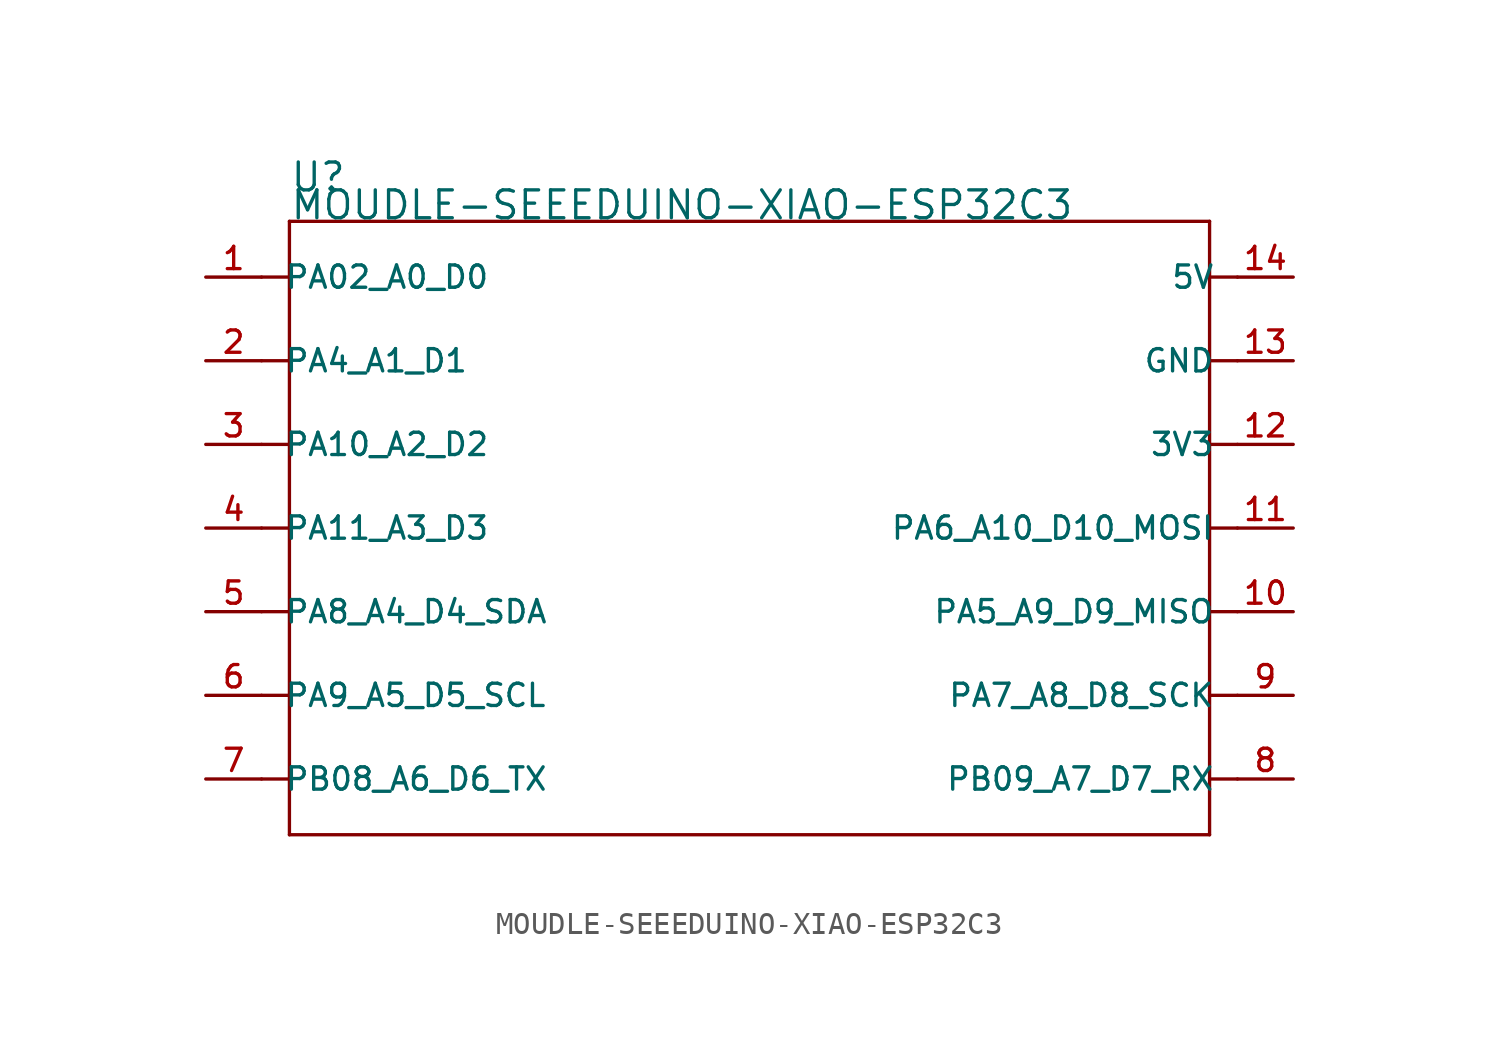
<source format=kicad_sym>
(kicad_symbol_lib
  (version 20241209)
  (generator "kicad_symbol_editor")
  (generator_version "9.0")
  (symbol "MOUDLE-SEEEDUINO-XIAO-ESP32C3"
    (pin_names
      (offset 1.016))
    (property "Reference" "U"
      (at -21.59 15.24 0)
      (effects (font (size 1.27 1.27)) (justify left bottom)))
    (property "Value" "MOUDLE-SEEEDUINO-XIAO-ESP32C3"
      (at -21.59 13.97 0)
      (effects (font (size 1.27 1.27)) (justify left bottom)))
    (symbol "MOUDLE-SEEEDUINO-XIAO-ESP32C3_0_0"
      (polyline (pts (xy -21.59 13.97) (xy 20.32 13.97)) (stroke (width 0.152) (type default)) (fill (type none)))
      (polyline (pts (xy -21.59 11.43) (xy -22.86 11.43)) (stroke (width 0.152) (type default)) (fill (type none)))
      (polyline (pts (xy -21.59 11.43) (xy -21.59 13.97)) (stroke (width 0.152) (type default)) (fill (type none)))
      (polyline (pts (xy -21.59 7.62) (xy -22.86 7.62)) (stroke (width 0.152) (type default)) (fill (type none)))
      (polyline (pts (xy -21.59 7.62) (xy -21.59 11.43)) (stroke (width 0.152) (type default)) (fill (type none)))
      (polyline (pts (xy -21.59 3.81) (xy -22.86 3.81)) (stroke (width 0.152) (type default)) (fill (type none)))
      (polyline (pts (xy -21.59 3.81) (xy -21.59 7.62)) (stroke (width 0.152) (type default)) (fill (type none)))
      (polyline (pts (xy -21.59 0) (xy -22.86 0)) (stroke (width 0.152) (type default)) (fill (type none)))
      (polyline (pts (xy -21.59 0) (xy -21.59 3.81)) (stroke (width 0.152) (type default)) (fill (type none)))
      (polyline (pts (xy -21.59 -3.81) (xy -22.86 -3.81)) (stroke (width 0.152) (type default)) (fill (type none)))
      (polyline (pts (xy -21.59 -7.62) (xy -22.86 -7.62)) (stroke (width 0.152) (type default)) (fill (type none)))
      (polyline (pts (xy -21.59 -11.43) (xy -22.86 -11.43)) (stroke (width 0.152) (type default)) (fill (type none)))
      (polyline (pts (xy -21.59 -13.97) (xy -21.59 0)) (stroke (width 0.152) (type default)) (fill (type none)))
      (polyline (pts (xy 20.32 13.97) (xy 20.32 11.43)) (stroke (width 0.152) (type default)) (fill (type none)))
      (polyline (pts (xy 20.32 11.43) (xy 20.32 7.62)) (stroke (width 0.152) (type default)) (fill (type none)))
      (polyline (pts (xy 20.32 7.62) (xy 20.32 3.81)) (stroke (width 0.152) (type default)) (fill (type none)))
      (polyline (pts (xy 20.32 3.81) (xy 20.32 -13.97)) (stroke (width 0.152) (type default)) (fill (type none)))
      (polyline (pts (xy 20.32 -13.97) (xy -21.59 -13.97)) (stroke (width 0.152) (type default)) (fill (type none)))
      (polyline (pts (xy 21.59 11.43) (xy 20.32 11.43)) (stroke (width 0.152) (type default)) (fill (type none)))
      (polyline (pts (xy 21.59 7.62) (xy 20.32 7.62)) (stroke (width 0.152) (type default)) (fill (type none)))
      (polyline (pts (xy 21.59 3.81) (xy 20.32 3.81)) (stroke (width 0.152) (type default)) (fill (type none)))
      (polyline (pts (xy 21.59 0) (xy 20.32 0)) (stroke (width 0.152) (type default)) (fill (type none)))
      (polyline (pts (xy 21.59 -3.81) (xy 20.32 -3.81)) (stroke (width 0.152) (type default)) (fill (type none)))
      (polyline (pts (xy 21.59 -7.62) (xy 20.32 -7.62)) (stroke (width 0.152) (type default)) (fill (type none)))
      (polyline (pts (xy 21.59 -11.43) (xy 20.32 -11.43)) (stroke (width 0.152) (type default)) (fill (type none)))
      (pin bidirectional line (at -25.4 11.43 0) (length 2.54) (name "PA02_A0_D0" (effects (font (size 1.016 1.016)))) (number "1" (effects (font (size 1.016 1.016)))))
      (pin bidirectional line (at -25.4 7.62 0) (length 2.54) (name "PA4_A1_D1" (effects (font (size 1.016 1.016)))) (number "2" (effects (font (size 1.016 1.016)))))
      (pin bidirectional line (at -25.4 3.81 0) (length 2.54) (name "PA10_A2_D2" (effects (font (size 1.016 1.016)))) (number "3" (effects (font (size 1.016 1.016)))))
      (pin bidirectional line (at -25.4 0 0) (length 2.54) (name "PA11_A3_D3" (effects (font (size 1.016 1.016)))) (number "4" (effects (font (size 1.016 1.016)))))
      (pin bidirectional line (at -25.4 -3.81 0) (length 2.54) (name "PA8_A4_D4_SDA" (effects (font (size 1.016 1.016)))) (number "5" (effects (font (size 1.016 1.016)))))
      (pin bidirectional line (at -25.4 -7.62 0) (length 2.54) (name "PA9_A5_D5_SCL" (effects (font (size 1.016 1.016)))) (number "6" (effects (font (size 1.016 1.016)))))
      (pin bidirectional line (at -25.4 -11.43 0) (length 2.54) (name "PB08_A6_D6_TX" (effects (font (size 1.016 1.016)))) (number "7" (effects (font (size 1.016 1.016)))))
      (pin bidirectional line (at 24.13 11.43 180) (length 2.54) (name "5V" (effects (font (size 1.016 1.016)))) (number "14" (effects (font (size 1.016 1.016)))))
      (pin bidirectional line (at 24.13 7.62 180) (length 2.54) (name "GND" (effects (font (size 1.016 1.016)))) (number "13" (effects (font (size 1.016 1.016)))))
      (pin bidirectional line (at 24.13 3.81 180) (length 2.54) (name "3V3" (effects (font (size 1.016 1.016)))) (number "12" (effects (font (size 1.016 1.016)))))
      (pin bidirectional line (at 24.13 0 180) (length 2.54) (name "PA6_A10_D10_MOSI" (effects (font (size 1.016 1.016)))) (number "11" (effects (font (size 1.016 1.016)))))
      (pin bidirectional line (at 24.13 -3.81 180) (length 2.54) (name "PA5_A9_D9_MISO" (effects (font (size 1.016 1.016)))) (number "10" (effects (font (size 1.016 1.016)))))
      (pin bidirectional line (at 24.13 -7.62 180) (length 2.54) (name "PA7_A8_D8_SCK" (effects (font (size 1.016 1.016)))) (number "9" (effects (font (size 1.016 1.016)))))
      (pin bidirectional line (at 24.13 -11.43 180) (length 2.54) (name "PB09_A7_D7_RX" (effects (font (size 1.016 1.016)))) (number "8" (effects (font (size 1.016 1.016))))))))
</source>
